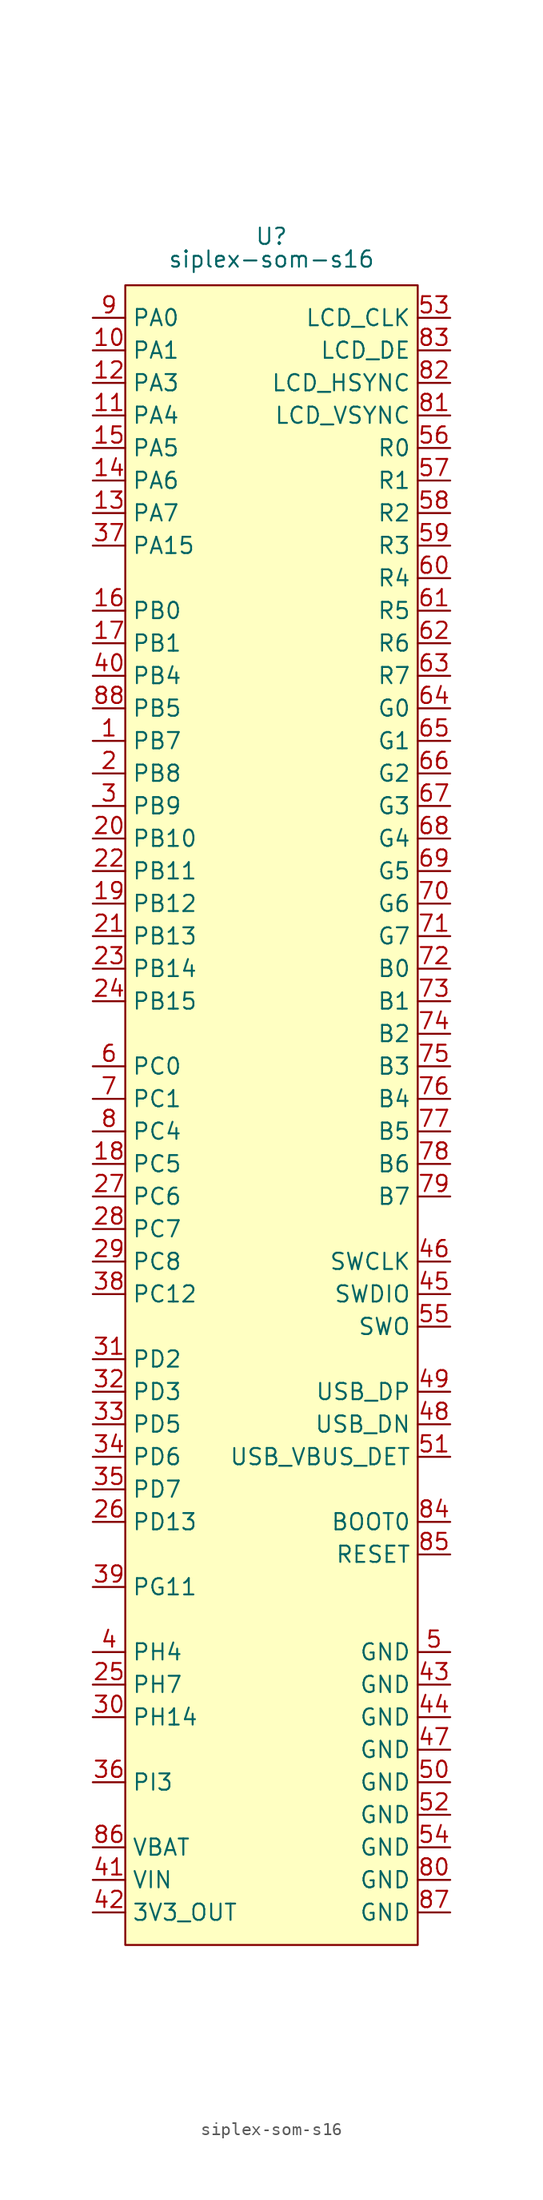
<source format=kicad_sym>
(kicad_symbol_lib
  (version 20231120)
  (generator "kicad_symbol_editor")
  (generator_version "8.0")
  (symbol "siplex-som-s16"
    (property "Reference" "U"
      (at 0 73.66 0)
      (effects (font (size 1.27 1.27))))
    (property "Value" "siplex-som-s16"
      (at 0 71.882 0)
      (effects (font (size 1.27 1.27))))
    (symbol "siplex-som-s16_1_1"
      (rectangle (start -11.43 69.85) (end 11.43 -59.69) (stroke (width 0) (type default)) (fill (type background)))
      (pin bidirectional line (at -13.97 34.29 0) (length 2.54) (name "PB7" (effects (font (size 1.27 1.27)))) (number "1" (effects (font (size 1.27 1.27)))))
      (pin bidirectional line (at -13.97 64.77 0) (length 2.54) (name "PA1" (effects (font (size 1.27 1.27)))) (number "10" (effects (font (size 1.27 1.27)))))
      (pin bidirectional line (at -13.97 59.69 0) (length 2.54) (name "PA4" (effects (font (size 1.27 1.27)))) (number "11" (effects (font (size 1.27 1.27)))))
      (pin bidirectional line (at -13.97 62.23 0) (length 2.54) (name "PA3" (effects (font (size 1.27 1.27)))) (number "12" (effects (font (size 1.27 1.27)))))
      (pin bidirectional line (at -13.97 52.07 0) (length 2.54) (name "PA7" (effects (font (size 1.27 1.27)))) (number "13" (effects (font (size 1.27 1.27)))))
      (pin bidirectional line (at -13.97 54.61 0) (length 2.54) (name "PA6" (effects (font (size 1.27 1.27)))) (number "14" (effects (font (size 1.27 1.27)))))
      (pin bidirectional line (at -13.97 57.15 0) (length 2.54) (name "PA5" (effects (font (size 1.27 1.27)))) (number "15" (effects (font (size 1.27 1.27)))))
      (pin bidirectional line (at -13.97 44.45 0) (length 2.54) (name "PB0" (effects (font (size 1.27 1.27)))) (number "16" (effects (font (size 1.27 1.27)))))
      (pin bidirectional line (at -13.97 41.91 0) (length 2.54) (name "PB1" (effects (font (size 1.27 1.27)))) (number "17" (effects (font (size 1.27 1.27)))))
      (pin bidirectional line (at -13.97 1.27 0) (length 2.54) (name "PC5" (effects (font (size 1.27 1.27)))) (number "18" (effects (font (size 1.27 1.27)))))
      (pin bidirectional line (at -13.97 21.59 0) (length 2.54) (name "PB12" (effects (font (size 1.27 1.27)))) (number "19" (effects (font (size 1.27 1.27)))))
      (pin bidirectional line (at -13.97 31.75 0) (length 2.54) (name "PB8" (effects (font (size 1.27 1.27)))) (number "2" (effects (font (size 1.27 1.27)))))
      (pin bidirectional line (at -13.97 26.67 0) (length 2.54) (name "PB10" (effects (font (size 1.27 1.27)))) (number "20" (effects (font (size 1.27 1.27)))))
      (pin bidirectional line (at -13.97 19.05 0) (length 2.54) (name "PB13" (effects (font (size 1.27 1.27)))) (number "21" (effects (font (size 1.27 1.27)))))
      (pin bidirectional line (at -13.97 24.13 0) (length 2.54) (name "PB11" (effects (font (size 1.27 1.27)))) (number "22" (effects (font (size 1.27 1.27)))))
      (pin bidirectional line (at -13.97 16.51 0) (length 2.54) (name "PB14" (effects (font (size 1.27 1.27)))) (number "23" (effects (font (size 1.27 1.27)))))
      (pin bidirectional line (at -13.97 13.97 0) (length 2.54) (name "PB15" (effects (font (size 1.27 1.27)))) (number "24" (effects (font (size 1.27 1.27)))))
      (pin bidirectional line (at -13.97 -39.37 0) (length 2.54) (name "PH7" (effects (font (size 1.27 1.27)))) (number "25" (effects (font (size 1.27 1.27)))))
      (pin bidirectional line (at -13.97 -26.67 0) (length 2.54) (name "PD13" (effects (font (size 1.27 1.27)))) (number "26" (effects (font (size 1.27 1.27)))))
      (pin bidirectional line (at -13.97 -1.27 0) (length 2.54) (name "PC6" (effects (font (size 1.27 1.27)))) (number "27" (effects (font (size 1.27 1.27)))))
      (pin bidirectional line (at -13.97 -3.81 0) (length 2.54) (name "PC7" (effects (font (size 1.27 1.27)))) (number "28" (effects (font (size 1.27 1.27)))))
      (pin bidirectional line (at -13.97 -6.35 0) (length 2.54) (name "PC8" (effects (font (size 1.27 1.27)))) (number "29" (effects (font (size 1.27 1.27)))))
      (pin bidirectional line (at -13.97 29.21 0) (length 2.54) (name "PB9" (effects (font (size 1.27 1.27)))) (number "3" (effects (font (size 1.27 1.27)))))
      (pin power_in line (at -13.97 -41.91 0) (length 2.54) (name "PH14" (effects (font (size 1.27 1.27)))) (number "30" (effects (font (size 1.27 1.27)))))
      (pin bidirectional line (at -13.97 -13.97 0) (length 2.54) (name "PD2" (effects (font (size 1.27 1.27)))) (number "31" (effects (font (size 1.27 1.27)))))
      (pin bidirectional line (at -13.97 -16.51 0) (length 2.54) (name "PD3" (effects (font (size 1.27 1.27)))) (number "32" (effects (font (size 1.27 1.27)))))
      (pin bidirectional line (at -13.97 -19.05 0) (length 2.54) (name "PD5" (effects (font (size 1.27 1.27)))) (number "33" (effects (font (size 1.27 1.27)))))
      (pin bidirectional line (at -13.97 -21.59 0) (length 2.54) (name "PD6" (effects (font (size 1.27 1.27)))) (number "34" (effects (font (size 1.27 1.27)))))
      (pin bidirectional line (at -13.97 -24.13 0) (length 2.54) (name "PD7" (effects (font (size 1.27 1.27)))) (number "35" (effects (font (size 1.27 1.27)))))
      (pin bidirectional line (at -13.97 -46.99 0) (length 2.54) (name "PI3" (effects (font (size 1.27 1.27)))) (number "36" (effects (font (size 1.27 1.27)))))
      (pin bidirectional line (at -13.97 49.53 0) (length 2.54) (name "PA15" (effects (font (size 1.27 1.27)))) (number "37" (effects (font (size 1.27 1.27)))))
      (pin bidirectional line (at -13.97 -8.89 0) (length 2.54) (name "PC12" (effects (font (size 1.27 1.27)))) (number "38" (effects (font (size 1.27 1.27)))))
      (pin bidirectional line (at -13.97 -31.75 0) (length 2.54) (name "PG11" (effects (font (size 1.27 1.27)))) (number "39" (effects (font (size 1.27 1.27)))))
      (pin bidirectional line (at -13.97 -36.83 0) (length 2.54) (name "PH4" (effects (font (size 1.27 1.27)))) (number "4" (effects (font (size 1.27 1.27)))))
      (pin bidirectional line (at -13.97 39.37 0) (length 2.54) (name "PB4" (effects (font (size 1.27 1.27)))) (number "40" (effects (font (size 1.27 1.27)))))
      (pin power_in line (at -13.97 -54.61 0) (length 2.54) (name "VIN" (effects (font (size 1.27 1.27)))) (number "41" (effects (font (size 1.27 1.27)))))
      (pin power_in line (at -13.97 -57.15 0) (length 2.54) (name "3V3_OUT" (effects (font (size 1.27 1.27)))) (number "42" (effects (font (size 1.27 1.27)))))
      (pin power_in line (at 13.97 -39.37 180) (length 2.54) (name "GND" (effects (font (size 1.27 1.27)))) (number "43" (effects (font (size 1.27 1.27)))))
      (pin power_in line (at 13.97 -41.91 180) (length 2.54) (name "GND" (effects (font (size 1.27 1.27)))) (number "44" (effects (font (size 1.27 1.27)))))
      (pin bidirectional line (at 13.97 -8.89 180) (length 2.54) (name "SWDIO" (effects (font (size 1.27 1.27)))) (number "45" (effects (font (size 1.27 1.27)))))
      (pin bidirectional line (at 13.97 -6.35 180) (length 2.54) (name "SWCLK" (effects (font (size 1.27 1.27)))) (number "46" (effects (font (size 1.27 1.27)))))
      (pin power_in line (at 13.97 -44.45 180) (length 2.54) (name "GND" (effects (font (size 1.27 1.27)))) (number "47" (effects (font (size 1.27 1.27)))))
      (pin bidirectional line (at 13.97 -19.05 180) (length 2.54) (name "USB_DN" (effects (font (size 1.27 1.27)))) (number "48" (effects (font (size 1.27 1.27)))))
      (pin bidirectional line (at 13.97 -16.51 180) (length 2.54) (name "USB_DP" (effects (font (size 1.27 1.27)))) (number "49" (effects (font (size 1.27 1.27)))))
      (pin power_in line (at 13.97 -36.83 180) (length 2.54) (name "GND" (effects (font (size 1.27 1.27)))) (number "5" (effects (font (size 1.27 1.27)))))
      (pin power_in line (at 13.97 -46.99 180) (length 2.54) (name "GND" (effects (font (size 1.27 1.27)))) (number "50" (effects (font (size 1.27 1.27)))))
      (pin bidirectional line (at 13.97 -21.59 180) (length 2.54) (name "USB_VBUS_DET" (effects (font (size 1.27 1.27)))) (number "51" (effects (font (size 1.27 1.27)))))
      (pin power_in line (at 13.97 -49.53 180) (length 2.54) (name "GND" (effects (font (size 1.27 1.27)))) (number "52" (effects (font (size 1.27 1.27)))))
      (pin bidirectional line (at 13.97 67.31 180) (length 2.54) (name "LCD_CLK" (effects (font (size 1.27 1.27)))) (number "53" (effects (font (size 1.27 1.27)))))
      (pin power_in line (at 13.97 -52.07 180) (length 2.54) (name "GND" (effects (font (size 1.27 1.27)))) (number "54" (effects (font (size 1.27 1.27)))))
      (pin bidirectional line (at 13.97 -11.43 180) (length 2.54) (name "SWO" (effects (font (size 1.27 1.27)))) (number "55" (effects (font (size 1.27 1.27)))))
      (pin bidirectional line (at 13.97 57.15 180) (length 2.54) (name "R0" (effects (font (size 1.27 1.27)))) (number "56" (effects (font (size 1.27 1.27)))))
      (pin bidirectional line (at 13.97 54.61 180) (length 2.54) (name "R1" (effects (font (size 1.27 1.27)))) (number "57" (effects (font (size 1.27 1.27)))))
      (pin bidirectional line (at 13.97 52.07 180) (length 2.54) (name "R2" (effects (font (size 1.27 1.27)))) (number "58" (effects (font (size 1.27 1.27)))))
      (pin bidirectional line (at 13.97 49.53 180) (length 2.54) (name "R3" (effects (font (size 1.27 1.27)))) (number "59" (effects (font (size 1.27 1.27)))))
      (pin bidirectional line (at -13.97 8.89 0) (length 2.54) (name "PC0" (effects (font (size 1.27 1.27)))) (number "6" (effects (font (size 1.27 1.27)))))
      (pin bidirectional line (at 13.97 46.99 180) (length 2.54) (name "R4" (effects (font (size 1.27 1.27)))) (number "60" (effects (font (size 1.27 1.27)))))
      (pin bidirectional line (at 13.97 44.45 180) (length 2.54) (name "R5" (effects (font (size 1.27 1.27)))) (number "61" (effects (font (size 1.27 1.27)))))
      (pin bidirectional line (at 13.97 41.91 180) (length 2.54) (name "R6" (effects (font (size 1.27 1.27)))) (number "62" (effects (font (size 1.27 1.27)))))
      (pin bidirectional line (at 13.97 39.37 180) (length 2.54) (name "R7" (effects (font (size 1.27 1.27)))) (number "63" (effects (font (size 1.27 1.27)))))
      (pin bidirectional line (at 13.97 36.83 180) (length 2.54) (name "G0" (effects (font (size 1.27 1.27)))) (number "64" (effects (font (size 1.27 1.27)))))
      (pin bidirectional line (at 13.97 34.29 180) (length 2.54) (name "G1" (effects (font (size 1.27 1.27)))) (number "65" (effects (font (size 1.27 1.27)))))
      (pin bidirectional line (at 13.97 31.75 180) (length 2.54) (name "G2" (effects (font (size 1.27 1.27)))) (number "66" (effects (font (size 1.27 1.27)))))
      (pin bidirectional line (at 13.97 29.21 180) (length 2.54) (name "G3" (effects (font (size 1.27 1.27)))) (number "67" (effects (font (size 1.27 1.27)))))
      (pin bidirectional line (at 13.97 26.67 180) (length 2.54) (name "G4" (effects (font (size 1.27 1.27)))) (number "68" (effects (font (size 1.27 1.27)))))
      (pin bidirectional line (at 13.97 24.13 180) (length 2.54) (name "G5" (effects (font (size 1.27 1.27)))) (number "69" (effects (font (size 1.27 1.27)))))
      (pin bidirectional line (at -13.97 6.35 0) (length 2.54) (name "PC1" (effects (font (size 1.27 1.27)))) (number "7" (effects (font (size 1.27 1.27)))))
      (pin bidirectional line (at 13.97 21.59 180) (length 2.54) (name "G6" (effects (font (size 1.27 1.27)))) (number "70" (effects (font (size 1.27 1.27)))))
      (pin bidirectional line (at 13.97 19.05 180) (length 2.54) (name "G7" (effects (font (size 1.27 1.27)))) (number "71" (effects (font (size 1.27 1.27)))))
      (pin bidirectional line (at 13.97 16.51 180) (length 2.54) (name "B0" (effects (font (size 1.27 1.27)))) (number "72" (effects (font (size 1.27 1.27)))))
      (pin bidirectional line (at 13.97 13.97 180) (length 2.54) (name "B1" (effects (font (size 1.27 1.27)))) (number "73" (effects (font (size 1.27 1.27)))))
      (pin bidirectional line (at 13.97 11.43 180) (length 2.54) (name "B2" (effects (font (size 1.27 1.27)))) (number "74" (effects (font (size 1.27 1.27)))))
      (pin bidirectional line (at 13.97 8.89 180) (length 2.54) (name "B3" (effects (font (size 1.27 1.27)))) (number "75" (effects (font (size 1.27 1.27)))))
      (pin bidirectional line (at 13.97 6.35 180) (length 2.54) (name "B4" (effects (font (size 1.27 1.27)))) (number "76" (effects (font (size 1.27 1.27)))))
      (pin bidirectional line (at 13.97 3.81 180) (length 2.54) (name "B5" (effects (font (size 1.27 1.27)))) (number "77" (effects (font (size 1.27 1.27)))))
      (pin bidirectional line (at 13.97 1.27 180) (length 2.54) (name "B6" (effects (font (size 1.27 1.27)))) (number "78" (effects (font (size 1.27 1.27)))))
      (pin bidirectional line (at 13.97 -1.27 180) (length 2.54) (name "B7" (effects (font (size 1.27 1.27)))) (number "79" (effects (font (size 1.27 1.27)))))
      (pin bidirectional line (at -13.97 3.81 0) (length 2.54) (name "PC4" (effects (font (size 1.27 1.27)))) (number "8" (effects (font (size 1.27 1.27)))))
      (pin power_in line (at 13.97 -54.61 180) (length 2.54) (name "GND" (effects (font (size 1.27 1.27)))) (number "80" (effects (font (size 1.27 1.27)))))
      (pin bidirectional line (at 13.97 59.69 180) (length 2.54) (name "LCD_VSYNC" (effects (font (size 1.27 1.27)))) (number "81" (effects (font (size 1.27 1.27)))))
      (pin bidirectional line (at 13.97 62.23 180) (length 2.54) (name "LCD_HSYNC" (effects (font (size 1.27 1.27)))) (number "82" (effects (font (size 1.27 1.27)))))
      (pin bidirectional line (at 13.97 64.77 180) (length 2.54) (name "LCD_DE" (effects (font (size 1.27 1.27)))) (number "83" (effects (font (size 1.27 1.27)))))
      (pin input line (at 13.97 -26.67 180) (length 2.54) (name "BOOT0" (effects (font (size 1.27 1.27)))) (number "84" (effects (font (size 1.27 1.27)))))
      (pin input line (at 13.97 -29.21 180) (length 2.54) (name "RESET" (effects (font (size 1.27 1.27)))) (number "85" (effects (font (size 1.27 1.27)))))
      (pin power_in line (at -13.97 -52.07 0) (length 2.54) (name "VBAT" (effects (font (size 1.27 1.27)))) (number "86" (effects (font (size 1.27 1.27)))))
      (pin power_in line (at 13.97 -57.15 180) (length 2.54) (name "GND" (effects (font (size 1.27 1.27)))) (number "87" (effects (font (size 1.27 1.27)))))
      (pin bidirectional line (at -13.97 36.83 0) (length 2.54) (name "PB5" (effects (font (size 1.27 1.27)))) (number "88" (effects (font (size 1.27 1.27)))))
      (pin bidirectional line (at -13.97 67.31 0) (length 2.54) (name "PA0" (effects (font (size 1.27 1.27)))) (number "9" (effects (font (size 1.27 1.27))))))))
</source>
